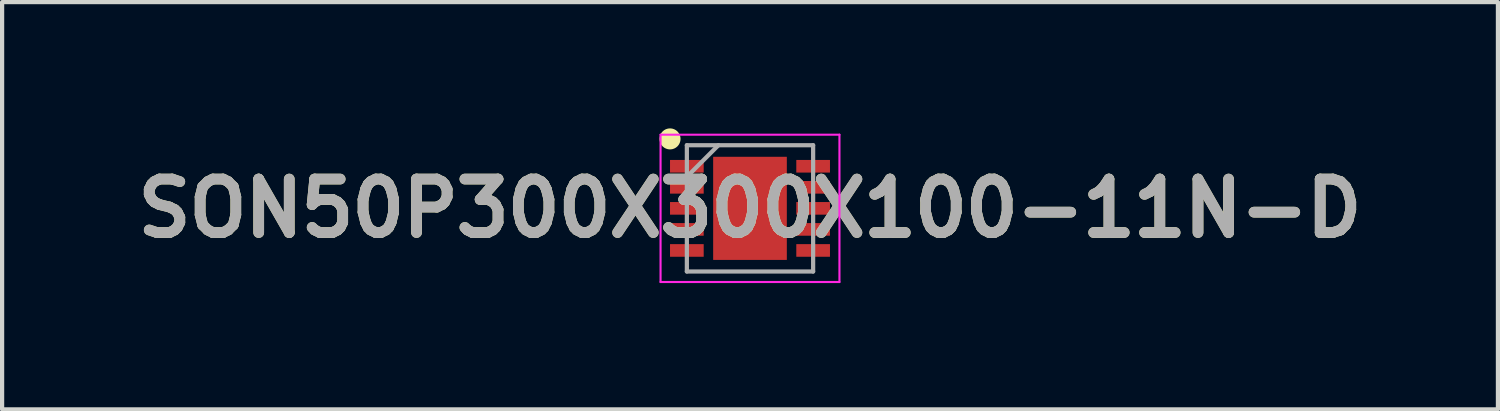
<source format=kicad_pcb>
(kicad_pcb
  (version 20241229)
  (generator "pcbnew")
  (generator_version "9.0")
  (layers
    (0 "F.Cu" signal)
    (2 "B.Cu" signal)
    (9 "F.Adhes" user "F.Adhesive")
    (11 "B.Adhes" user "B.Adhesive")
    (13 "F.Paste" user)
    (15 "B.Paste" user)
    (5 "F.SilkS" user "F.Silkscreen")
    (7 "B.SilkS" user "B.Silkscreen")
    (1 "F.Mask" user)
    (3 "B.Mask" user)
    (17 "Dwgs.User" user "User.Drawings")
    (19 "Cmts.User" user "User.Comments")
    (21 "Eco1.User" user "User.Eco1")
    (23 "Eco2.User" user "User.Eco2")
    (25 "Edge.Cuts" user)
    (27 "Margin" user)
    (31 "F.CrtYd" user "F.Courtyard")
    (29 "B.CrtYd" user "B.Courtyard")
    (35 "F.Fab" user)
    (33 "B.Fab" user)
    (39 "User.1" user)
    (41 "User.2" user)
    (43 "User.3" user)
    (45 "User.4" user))
  (footprint "SON50P300X300X100-11N-D"
    (layer "F.Cu")
    (at 14.768 1.9)
    (property "Reference" "SON50P300X300X100-11N-D" (at 0 0 0) (layer "F.SilkS") (effects (font (size 1.27 1.27) (thickness 0.254))))
    (attr smd)
    (fp_circle (center -1.9 -1.65) (end -1.9 -1.525) (stroke (width 0.25) (type solid)) (fill no) (layer "F.SilkS"))
    (fp_line (start -2.125 -1.75) (end 2.125 -1.75) (stroke (width 0.05) (type solid)) (layer "F.CrtYd"))
    (fp_line (start -2.125 1.75) (end -2.125 -1.75) (stroke (width 0.05) (type solid)) (layer "F.CrtYd"))
    (fp_line (start 2.125 -1.75) (end 2.125 1.75) (stroke (width 0.05) (type solid)) (layer "F.CrtYd"))
    (fp_line (start 2.125 1.75) (end -2.125 1.75) (stroke (width 0.05) (type solid)) (layer "F.CrtYd"))
    (fp_line (start -1.5 -1.5) (end 1.5 -1.5) (stroke (width 0.1) (type solid)) (layer "F.Fab"))
    (fp_line (start -1.5 -0.75) (end -0.75 -1.5) (stroke (width 0.1) (type solid)) (layer "F.Fab"))
    (fp_line (start -1.5 1.5) (end -1.5 -1.5) (stroke (width 0.1) (type solid)) (layer "F.Fab"))
    (fp_line (start 1.5 -1.5) (end 1.5 1.5) (stroke (width 0.1) (type solid)) (layer "F.Fab"))
    (fp_line (start 1.5 1.5) (end -1.5 1.5) (stroke (width 0.1) (type solid)) (layer "F.Fab"))
    (fp_text user "${REFERENCE}" (at 0 0 0) (layer "F.Fab") (effects (font (size 1.27 1.27) (thickness 0.254))))
    (pad "1" smd rect (at -1.5 -1 90) (size 0.3 0.8) (layers "F.Cu" "F.Mask" "F.Paste"))
    (pad "2" smd rect (at -1.5 -0.5 90) (size 0.3 0.8) (layers "F.Cu" "F.Mask" "F.Paste"))
    (pad "3" smd rect (at -1.5 0 90) (size 0.3 0.8) (layers "F.Cu" "F.Mask" "F.Paste"))
    (pad "4" smd rect (at -1.5 0.5 90) (size 0.3 0.8) (layers "F.Cu" "F.Mask" "F.Paste"))
    (pad "5" smd rect (at -1.5 1 90) (size 0.3 0.8) (layers "F.Cu" "F.Mask" "F.Paste"))
    (pad "6" smd rect (at 1.5 1 90) (size 0.3 0.8) (layers "F.Cu" "F.Mask" "F.Paste"))
    (pad "7" smd rect (at 1.5 0.5 90) (size 0.3 0.8) (layers "F.Cu" "F.Mask" "F.Paste"))
    (pad "8" smd rect (at 1.5 0 90) (size 0.3 0.8) (layers "F.Cu" "F.Mask" "F.Paste"))
    (pad "9" smd rect (at 1.5 -0.5 90) (size 0.3 0.8) (layers "F.Cu" "F.Mask" "F.Paste"))
    (pad "10" smd rect (at 1.5 -1 90) (size 0.3 0.8) (layers "F.Cu" "F.Mask" "F.Paste"))
    (pad "11" smd rect (at 0 0) (size 1.75 2.45) (layers "F.Cu" "F.Mask" "F.Paste")))
  (gr_rect
    (start -3 -3)
    (end 32.537 6.675)
    (stroke (width 0.1) (type default))
    (fill no)
    (layer "Edge.Cuts")))
</source>
